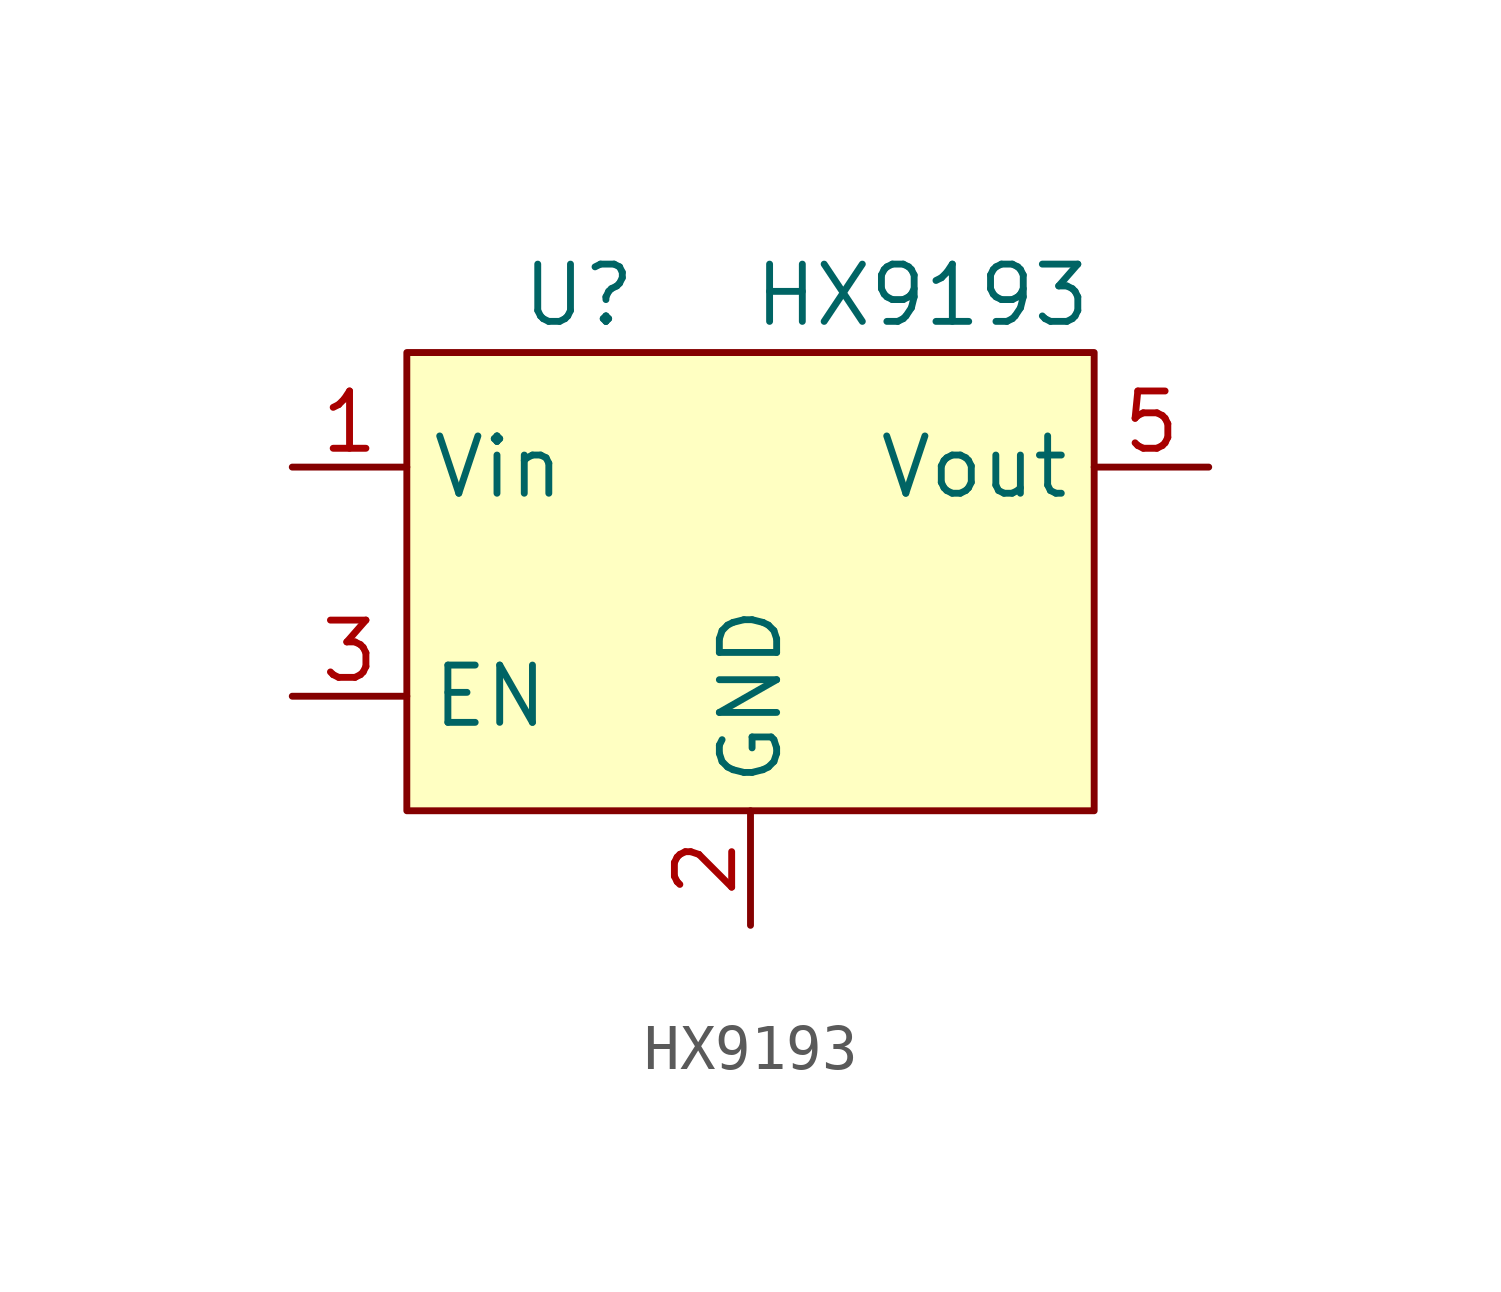
<source format=kicad_sym>
(kicad_symbol_lib
  (version 20220914)
  (generator kicad_symbol_editor)
  (symbol "HX9193"
    (property "Reference" "U"
      (at -3.81 6.35 0)
      (effects (font (size 1.27 1.27))))
    (property "Value" "HX9193"
      (at 3.81 6.35 0)
      (effects (font (size 1.27 1.27))))
    (symbol "HX9193_1_1"
      (rectangle (start -7.62 5.08) (end 7.62 -5.08) (stroke (width 0) (type default)) (fill (type background)))
      (pin power_in line (at -10.16 2.54 0) (length 2.54) (name "Vin" (effects (font (size 1.27 1.27)))) (number "1" (effects (font (size 1.27 1.27)))))
      (pin power_in line (at 0 -7.62 90) (length 2.54) (name "GND" (effects (font (size 1.27 1.27)))) (number "2" (effects (font (size 1.27 1.27)))))
      (pin input line (at -10.16 -2.54 0) (length 2.54) (name "EN" (effects (font (size 1.27 1.27)))) (number "3" (effects (font (size 1.27 1.27)))))
      (pin no_connect line (at 6.35 -2.54 180) (length 2.54) hide (name "NC" (effects (font (size 1.27 1.27)))) (number "4" (effects (font (size 1.27 1.27)))))
      (pin power_in line (at 10.16 2.54 180) (length 2.54) (name "Vout" (effects (font (size 1.27 1.27)))) (number "5" (effects (font (size 1.27 1.27))))))))
</source>
